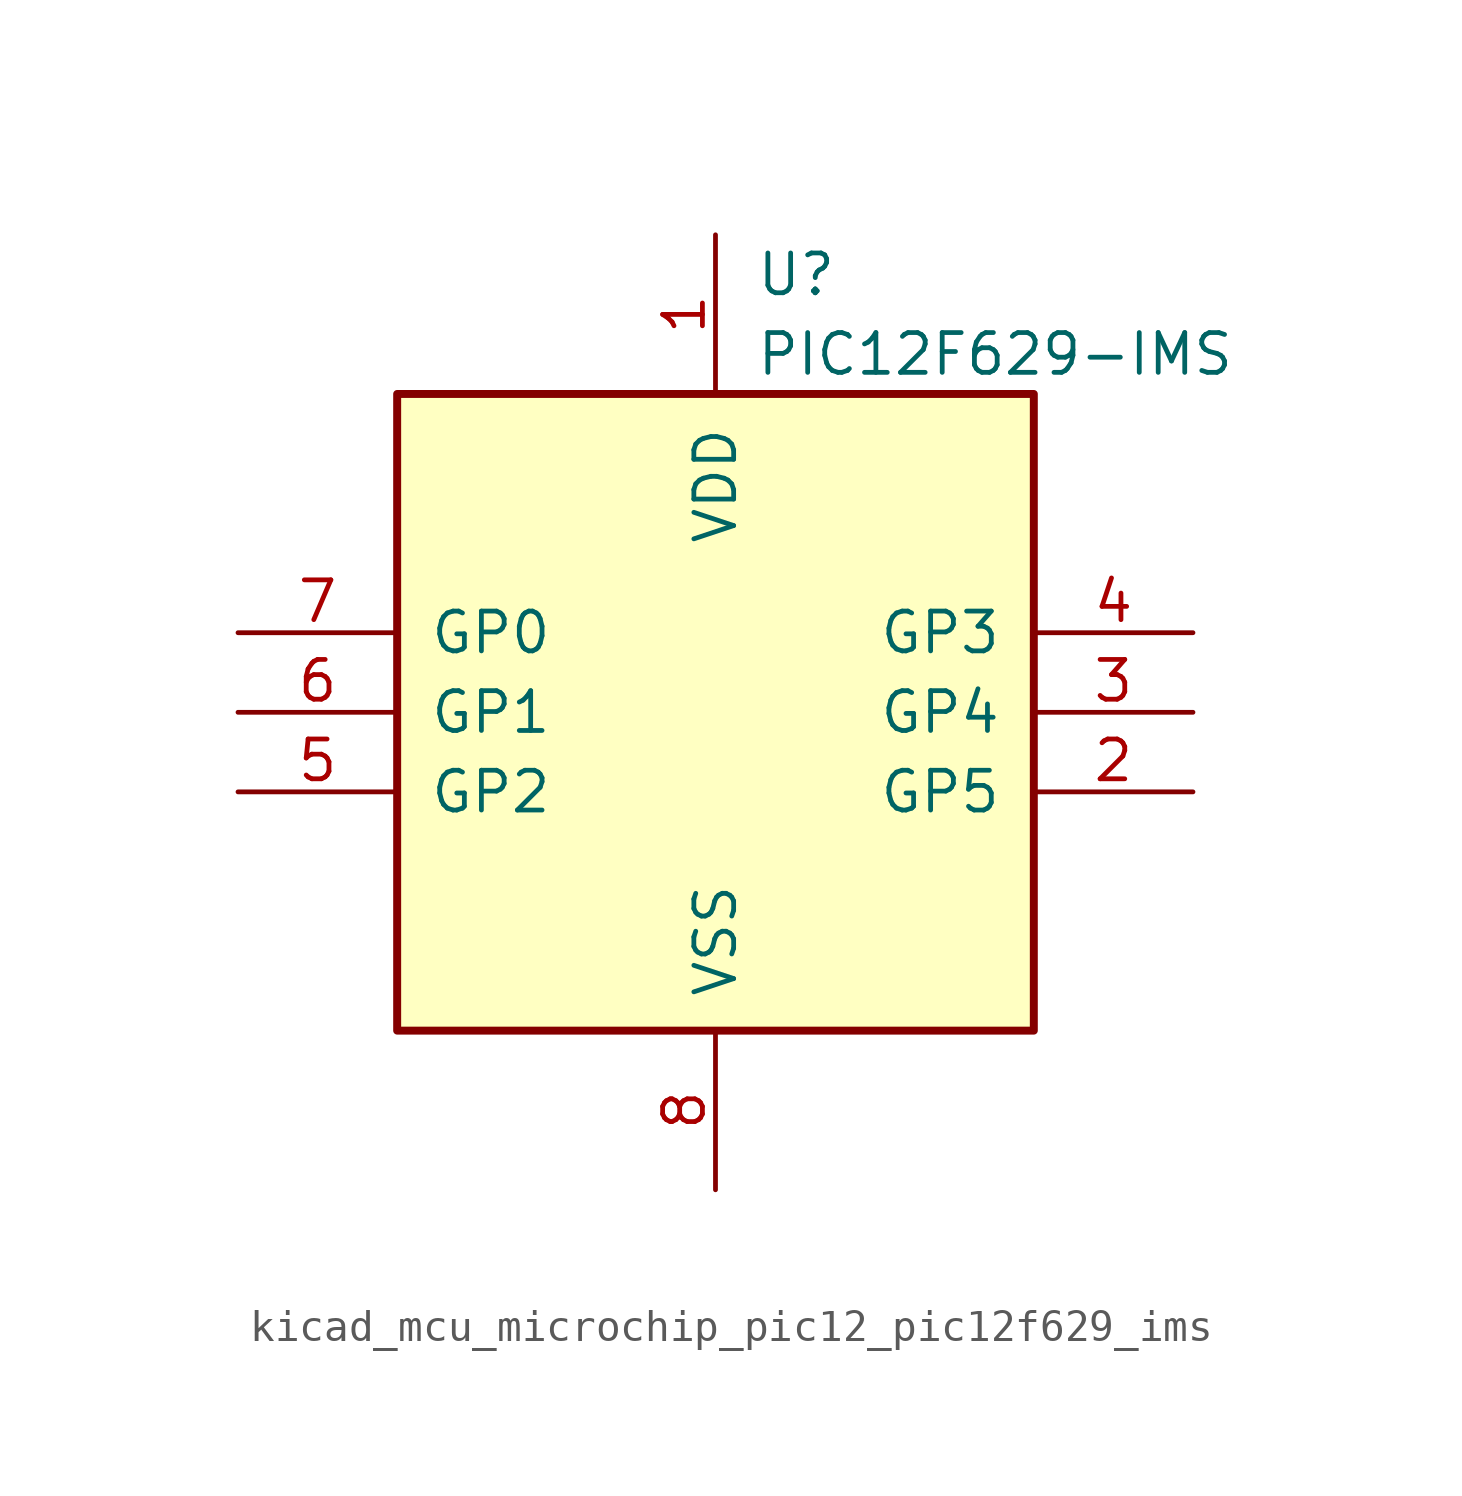
<source format=kicad_sym>
(kicad_symbol_lib
  (version 20220914)
  (generator kicad_symbol_editor)
  (symbol "kicad_mcu_microchip_pic12_pic12f629_ims"
    (pin_names
      (offset 1.016))
    (property "Reference" "U"
      (at 1.27 13.97 0)
      (effects (font (size 1.27 1.27)) (justify left)))
    (property "Value" "PIC12F629-IMS"
      (at 1.27 11.43 0)
      (effects (font (size 1.27 1.27)) (justify left)))
    (symbol "kicad_mcu_microchip_pic12_pic12f629_ims_0_1"
      (rectangle (start 10.16 -10.16) (end -10.16 10.16) (stroke (width 0.254) (type default)) (fill (type background))))
    (symbol "kicad_mcu_microchip_pic12_pic12f629_ims_1_1"
      (pin power_in line (at 0 15.24 270) (length 5.08) (name "VDD" (effects (font (size 1.27 1.27)))) (number "1" (effects (font (size 1.27 1.27)))))
      (pin bidirectional line (at 15.24 -2.54 180) (length 5.08) (name "GP5" (effects (font (size 1.27 1.27)))) (number "2" (effects (font (size 1.27 1.27)))))
      (pin bidirectional line (at 15.24 0 180) (length 5.08) (name "GP4" (effects (font (size 1.27 1.27)))) (number "3" (effects (font (size 1.27 1.27)))))
      (pin input line (at 15.24 2.54 180) (length 5.08) (name "GP3" (effects (font (size 1.27 1.27)))) (number "4" (effects (font (size 1.27 1.27)))))
      (pin bidirectional line (at -15.24 -2.54 0) (length 5.08) (name "GP2" (effects (font (size 1.27 1.27)))) (number "5" (effects (font (size 1.27 1.27)))))
      (pin bidirectional line (at -15.24 0 0) (length 5.08) (name "GP1" (effects (font (size 1.27 1.27)))) (number "6" (effects (font (size 1.27 1.27)))))
      (pin bidirectional line (at -15.24 2.54 0) (length 5.08) (name "GP0" (effects (font (size 1.27 1.27)))) (number "7" (effects (font (size 1.27 1.27)))))
      (pin power_in line (at 0 -15.24 90) (length 5.08) (name "VSS" (effects (font (size 1.27 1.27)))) (number "8" (effects (font (size 1.27 1.27))))))))
</source>
